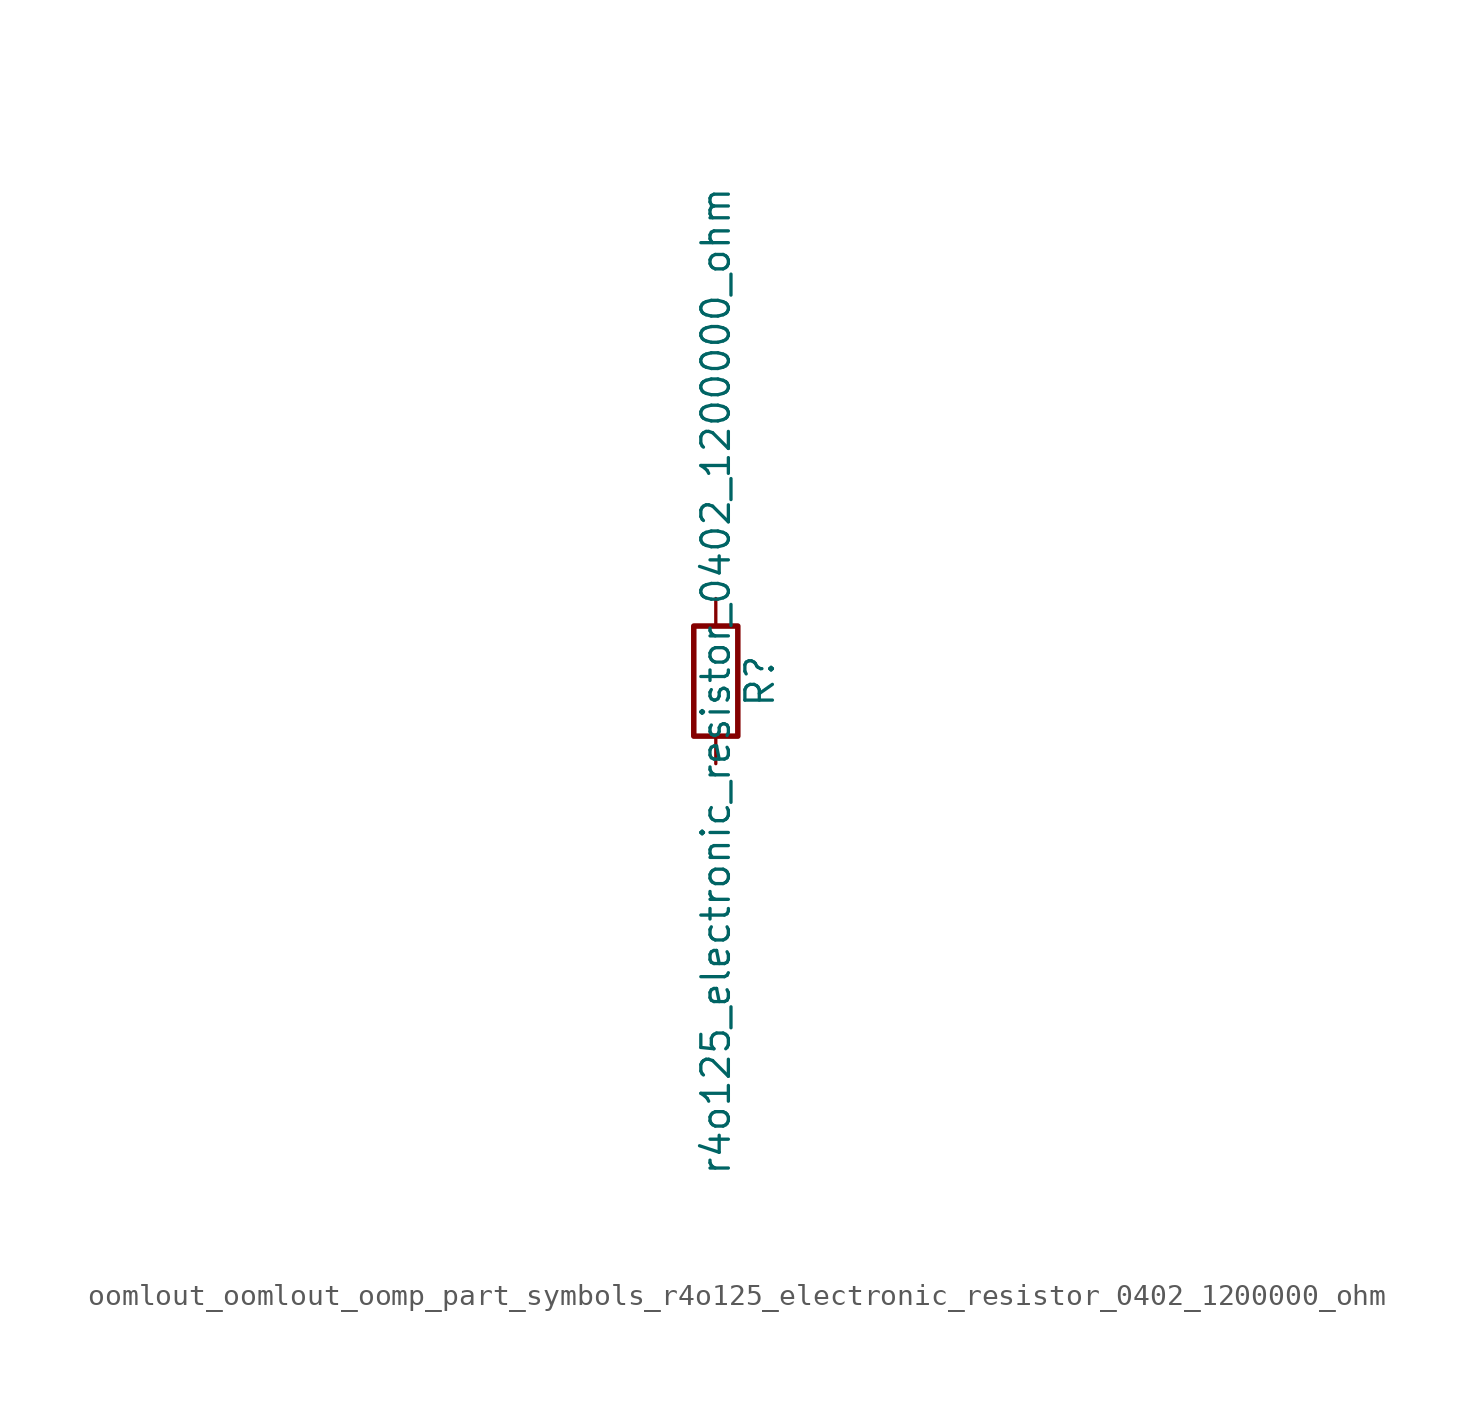
<source format=kicad_sym>
(kicad_symbol_lib
  (version 20220914)
  (generator kicad_symbol_editor)
  (symbol "oomlout_oomlout_oomp_part_symbols_r4o125_electronic_resistor_0402_1200000_ohm"
    (pin_numbers hide)
    (pin_names
      (offset 0))
    (property "Reference" "R"
      (at 2.032 0 90)
      (effects (font (size 1.27 1.27))))
    (property "Value" "r4o125_electronic_resistor_0402_1200000_ohm"
      (at 0 0 90)
      (effects (font (size 1.27 1.27))))
    (symbol "oomlout_oomlout_oomp_part_symbols_r4o125_electronic_resistor_0402_1200000_ohm_0_1"
      (rectangle (start -1.016 -2.54) (end 1.016 2.54) (stroke (width 0.254) (type default)) (fill (type none))))
    (symbol "oomlout_oomlout_oomp_part_symbols_r4o125_electronic_resistor_0402_1200000_ohm_1_1"
      (pin passive line (at 0 3.81 270) (length 1.27) (name "~" (effects (font (size 1.27 1.27)))) (number "1" (effects (font (size 1.27 1.27)))))
      (pin passive line (at 0 -3.81 90) (length 1.27) (name "~" (effects (font (size 1.27 1.27)))) (number "2" (effects (font (size 1.27 1.27))))))))
</source>
